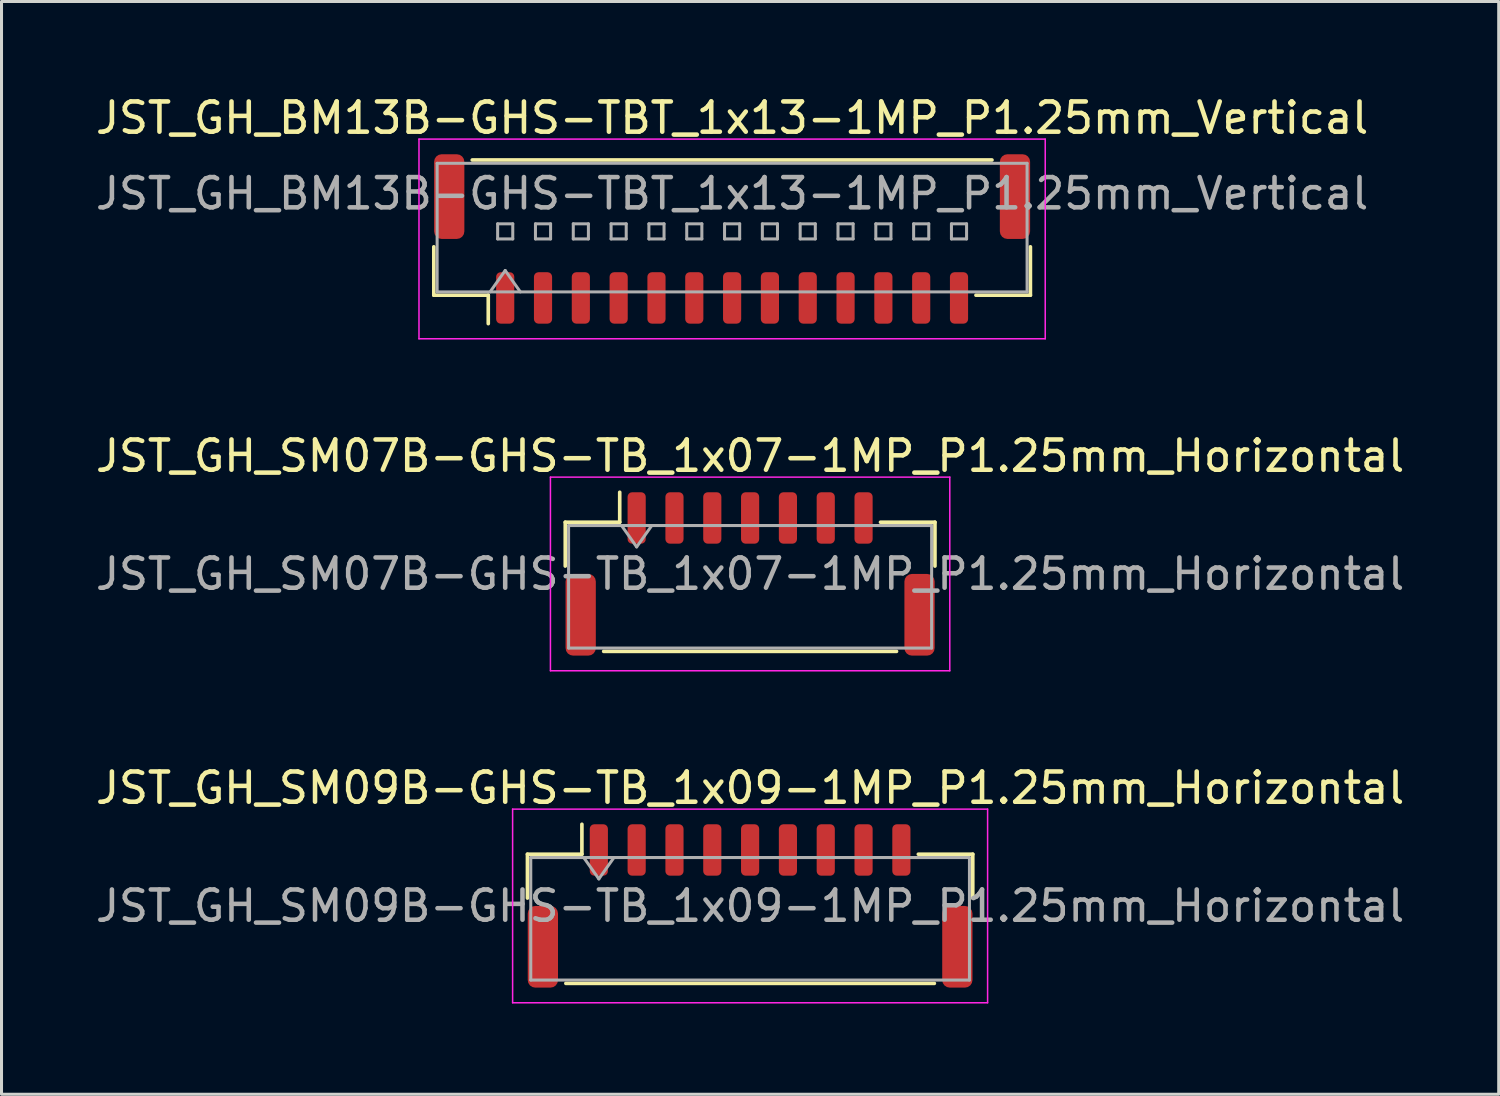
<source format=kicad_pcb>
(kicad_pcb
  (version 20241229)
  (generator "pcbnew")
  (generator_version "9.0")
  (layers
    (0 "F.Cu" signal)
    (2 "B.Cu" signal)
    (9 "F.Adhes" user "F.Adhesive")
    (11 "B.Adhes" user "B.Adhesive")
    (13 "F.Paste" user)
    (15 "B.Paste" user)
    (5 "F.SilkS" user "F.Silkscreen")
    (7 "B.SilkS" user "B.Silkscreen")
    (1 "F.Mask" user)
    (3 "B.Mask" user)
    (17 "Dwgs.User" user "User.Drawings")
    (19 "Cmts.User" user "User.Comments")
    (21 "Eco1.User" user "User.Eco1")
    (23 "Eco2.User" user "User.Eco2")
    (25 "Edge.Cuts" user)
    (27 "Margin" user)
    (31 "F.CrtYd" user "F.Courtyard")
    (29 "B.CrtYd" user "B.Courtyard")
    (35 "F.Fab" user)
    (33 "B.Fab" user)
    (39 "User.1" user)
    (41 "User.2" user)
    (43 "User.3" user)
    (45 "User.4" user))
  (footprint "JST_GH_BM13B-GHS-TBT_1x13-1MP_P1.25mm_Vertical"
    (layer "F.Cu")
    (at 21.149 4.848)
    (property "Reference" "JST_GH_BM13B-GHS-TBT_1x13-1MP_P1.25mm_Vertical" (at 0 -4 0) (layer "F.SilkS") (effects (font (size 1 1) (thickness 0.15))))
    (attr smd)
    (fp_line (start -9.86 0.26) (end -9.86 1.86) (stroke (width 0.12) (type solid)) (layer "F.SilkS"))
    (fp_line (start -9.86 1.86) (end -8.06 1.86) (stroke (width 0.12) (type solid)) (layer "F.SilkS"))
    (fp_line (start -8.59 -2.61) (end 8.59 -2.61) (stroke (width 0.12) (type solid)) (layer "F.SilkS"))
    (fp_line (start -8.06 1.86) (end -8.06 2.8) (stroke (width 0.12) (type solid)) (layer "F.SilkS"))
    (fp_line (start 9.86 0.26) (end 9.86 1.86) (stroke (width 0.12) (type solid)) (layer "F.SilkS"))
    (fp_line (start 9.86 1.86) (end 8.06 1.86) (stroke (width 0.12) (type solid)) (layer "F.SilkS"))
    (fp_line (start -10.35 -3.3) (end -10.35 3.3) (stroke (width 0.05) (type solid)) (layer "F.CrtYd"))
    (fp_line (start -10.35 3.3) (end 10.35 3.3) (stroke (width 0.05) (type solid)) (layer "F.CrtYd"))
    (fp_line (start 10.35 -3.3) (end -10.35 -3.3) (stroke (width 0.05) (type solid)) (layer "F.CrtYd"))
    (fp_line (start 10.35 3.3) (end 10.35 -3.3) (stroke (width 0.05) (type solid)) (layer "F.CrtYd"))
    (fp_line (start -9.75 -2.5) (end 9.75 -2.5) (stroke (width 0.1) (type solid)) (layer "F.Fab"))
    (fp_line (start -9.75 1.75) (end -9.75 -2.5) (stroke (width 0.1) (type solid)) (layer "F.Fab"))
    (fp_line (start -9.75 1.75) (end 9.75 1.75) (stroke (width 0.1) (type solid)) (layer "F.Fab"))
    (fp_line (start -8 1.75) (end -7.5 1.043) (stroke (width 0.1) (type solid)) (layer "F.Fab"))
    (fp_line (start -7.75 -0.5) (end -7.75 0) (stroke (width 0.1) (type solid)) (layer "F.Fab"))
    (fp_line (start -7.75 0) (end -7.25 0) (stroke (width 0.1) (type solid)) (layer "F.Fab"))
    (fp_line (start -7.5 1.043) (end -7 1.75) (stroke (width 0.1) (type solid)) (layer "F.Fab"))
    (fp_line (start -7.25 -0.5) (end -7.75 -0.5) (stroke (width 0.1) (type solid)) (layer "F.Fab"))
    (fp_line (start -7.25 0) (end -7.25 -0.5) (stroke (width 0.1) (type solid)) (layer "F.Fab"))
    (fp_line (start -6.5 -0.5) (end -6.5 0) (stroke (width 0.1) (type solid)) (layer "F.Fab"))
    (fp_line (start -6.5 0) (end -6 0) (stroke (width 0.1) (type solid)) (layer "F.Fab"))
    (fp_line (start -6 -0.5) (end -6.5 -0.5) (stroke (width 0.1) (type solid)) (layer "F.Fab"))
    (fp_line (start -6 0) (end -6 -0.5) (stroke (width 0.1) (type solid)) (layer "F.Fab"))
    (fp_line (start -5.25 -0.5) (end -5.25 0) (stroke (width 0.1) (type solid)) (layer "F.Fab"))
    (fp_line (start -5.25 0) (end -4.75 0) (stroke (width 0.1) (type solid)) (layer "F.Fab"))
    (fp_line (start -4.75 -0.5) (end -5.25 -0.5) (stroke (width 0.1) (type solid)) (layer "F.Fab"))
    (fp_line (start -4.75 0) (end -4.75 -0.5) (stroke (width 0.1) (type solid)) (layer "F.Fab"))
    (fp_line (start -4 -0.5) (end -4 0) (stroke (width 0.1) (type solid)) (layer "F.Fab"))
    (fp_line (start -4 0) (end -3.5 0) (stroke (width 0.1) (type solid)) (layer "F.Fab"))
    (fp_line (start -3.5 -0.5) (end -4 -0.5) (stroke (width 0.1) (type solid)) (layer "F.Fab"))
    (fp_line (start -3.5 0) (end -3.5 -0.5) (stroke (width 0.1) (type solid)) (layer "F.Fab"))
    (fp_line (start -2.75 -0.5) (end -2.75 0) (stroke (width 0.1) (type solid)) (layer "F.Fab"))
    (fp_line (start -2.75 0) (end -2.25 0) (stroke (width 0.1) (type solid)) (layer "F.Fab"))
    (fp_line (start -2.25 -0.5) (end -2.75 -0.5) (stroke (width 0.1) (type solid)) (layer "F.Fab"))
    (fp_line (start -2.25 0) (end -2.25 -0.5) (stroke (width 0.1) (type solid)) (layer "F.Fab"))
    (fp_line (start -1.5 -0.5) (end -1.5 0) (stroke (width 0.1) (type solid)) (layer "F.Fab"))
    (fp_line (start -1.5 0) (end -1 0) (stroke (width 0.1) (type solid)) (layer "F.Fab"))
    (fp_line (start -1 -0.5) (end -1.5 -0.5) (stroke (width 0.1) (type solid)) (layer "F.Fab"))
    (fp_line (start -1 0) (end -1 -0.5) (stroke (width 0.1) (type solid)) (layer "F.Fab"))
    (fp_line (start -0.25 -0.5) (end -0.25 0) (stroke (width 0.1) (type solid)) (layer "F.Fab"))
    (fp_line (start -0.25 0) (end 0.25 0) (stroke (width 0.1) (type solid)) (layer "F.Fab"))
    (fp_line (start 0.25 -0.5) (end -0.25 -0.5) (stroke (width 0.1) (type solid)) (layer "F.Fab"))
    (fp_line (start 0.25 0) (end 0.25 -0.5) (stroke (width 0.1) (type solid)) (layer "F.Fab"))
    (fp_line (start 1 -0.5) (end 1 0) (stroke (width 0.1) (type solid)) (layer "F.Fab"))
    (fp_line (start 1 0) (end 1.5 0) (stroke (width 0.1) (type solid)) (layer "F.Fab"))
    (fp_line (start 1.5 -0.5) (end 1 -0.5) (stroke (width 0.1) (type solid)) (layer "F.Fab"))
    (fp_line (start 1.5 0) (end 1.5 -0.5) (stroke (width 0.1) (type solid)) (layer "F.Fab"))
    (fp_line (start 2.25 -0.5) (end 2.25 0) (stroke (width 0.1) (type solid)) (layer "F.Fab"))
    (fp_line (start 2.25 0) (end 2.75 0) (stroke (width 0.1) (type solid)) (layer "F.Fab"))
    (fp_line (start 2.75 -0.5) (end 2.25 -0.5) (stroke (width 0.1) (type solid)) (layer "F.Fab"))
    (fp_line (start 2.75 0) (end 2.75 -0.5) (stroke (width 0.1) (type solid)) (layer "F.Fab"))
    (fp_line (start 3.5 -0.5) (end 3.5 0) (stroke (width 0.1) (type solid)) (layer "F.Fab"))
    (fp_line (start 3.5 0) (end 4 0) (stroke (width 0.1) (type solid)) (layer "F.Fab"))
    (fp_line (start 4 -0.5) (end 3.5 -0.5) (stroke (width 0.1) (type solid)) (layer "F.Fab"))
    (fp_line (start 4 0) (end 4 -0.5) (stroke (width 0.1) (type solid)) (layer "F.Fab"))
    (fp_line (start 4.75 -0.5) (end 4.75 0) (stroke (width 0.1) (type solid)) (layer "F.Fab"))
    (fp_line (start 4.75 0) (end 5.25 0) (stroke (width 0.1) (type solid)) (layer "F.Fab"))
    (fp_line (start 5.25 -0.5) (end 4.75 -0.5) (stroke (width 0.1) (type solid)) (layer "F.Fab"))
    (fp_line (start 5.25 0) (end 5.25 -0.5) (stroke (width 0.1) (type solid)) (layer "F.Fab"))
    (fp_line (start 6 -0.5) (end 6 0) (stroke (width 0.1) (type solid)) (layer "F.Fab"))
    (fp_line (start 6 0) (end 6.5 0) (stroke (width 0.1) (type solid)) (layer "F.Fab"))
    (fp_line (start 6.5 -0.5) (end 6 -0.5) (stroke (width 0.1) (type solid)) (layer "F.Fab"))
    (fp_line (start 6.5 0) (end 6.5 -0.5) (stroke (width 0.1) (type solid)) (layer "F.Fab"))
    (fp_line (start 7.25 -0.5) (end 7.25 0) (stroke (width 0.1) (type solid)) (layer "F.Fab"))
    (fp_line (start 7.25 0) (end 7.75 0) (stroke (width 0.1) (type solid)) (layer "F.Fab"))
    (fp_line (start 7.75 -0.5) (end 7.25 -0.5) (stroke (width 0.1) (type solid)) (layer "F.Fab"))
    (fp_line (start 7.75 0) (end 7.75 -0.5) (stroke (width 0.1) (type solid)) (layer "F.Fab"))
    (fp_line (start 9.75 1.75) (end 9.75 -2.5) (stroke (width 0.1) (type solid)) (layer "F.Fab"))
    (fp_text user "${REFERENCE}" (at 0 -1.5 0) (layer "F.Fab") (effects (font (size 1 1) (thickness 0.15))))
    (pad "1" smd roundrect (at -7.5 1.95) (size 0.6 1.7) (layers "F.Cu" "F.Mask" "F.Paste") (roundrect_rratio 0.25))
    (pad "2" smd roundrect (at -6.25 1.95) (size 0.6 1.7) (layers "F.Cu" "F.Mask" "F.Paste") (roundrect_rratio 0.25))
    (pad "3" smd roundrect (at -5 1.95) (size 0.6 1.7) (layers "F.Cu" "F.Mask" "F.Paste") (roundrect_rratio 0.25))
    (pad "4" smd roundrect (at -3.75 1.95) (size 0.6 1.7) (layers "F.Cu" "F.Mask" "F.Paste") (roundrect_rratio 0.25))
    (pad "5" smd roundrect (at -2.5 1.95) (size 0.6 1.7) (layers "F.Cu" "F.Mask" "F.Paste") (roundrect_rratio 0.25))
    (pad "6" smd roundrect (at -1.25 1.95) (size 0.6 1.7) (layers "F.Cu" "F.Mask" "F.Paste") (roundrect_rratio 0.25))
    (pad "7" smd roundrect (at 0 1.95) (size 0.6 1.7) (layers "F.Cu" "F.Mask" "F.Paste") (roundrect_rratio 0.25))
    (pad "8" smd roundrect (at 1.25 1.95) (size 0.6 1.7) (layers "F.Cu" "F.Mask" "F.Paste") (roundrect_rratio 0.25))
    (pad "9" smd roundrect (at 2.5 1.95) (size 0.6 1.7) (layers "F.Cu" "F.Mask" "F.Paste") (roundrect_rratio 0.25))
    (pad "10" smd roundrect (at 3.75 1.95) (size 0.6 1.7) (layers "F.Cu" "F.Mask" "F.Paste") (roundrect_rratio 0.25))
    (pad "11" smd roundrect (at 5 1.95) (size 0.6 1.7) (layers "F.Cu" "F.Mask" "F.Paste") (roundrect_rratio 0.25))
    (pad "12" smd roundrect (at 6.25 1.95) (size 0.6 1.7) (layers "F.Cu" "F.Mask" "F.Paste") (roundrect_rratio 0.25))
    (pad "13" smd roundrect (at 7.5 1.95) (size 0.6 1.7) (layers "F.Cu" "F.Mask" "F.Paste") (roundrect_rratio 0.25))
    (pad "MP" smd roundrect (at -9.35 -1.4) (size 1 2.8) (layers "F.Cu" "F.Mask" "F.Paste") (roundrect_rratio 0.25))
    (pad "MP" smd roundrect (at 9.35 -1.4) (size 1 2.8) (layers "F.Cu" "F.Mask" "F.Paste") (roundrect_rratio 0.25)))
  (footprint "JST_GH_SM07B-GHS-TB_1x07-1MP_P1.25mm_Horizontal"
    (layer "F.Cu")
    (at 21.744 15.921)
    (property "Reference" "JST_GH_SM07B-GHS-TB_1x07-1MP_P1.25mm_Horizontal" (at 0 -3.9 0) (layer "F.SilkS") (effects (font (size 1 1) (thickness 0.15))))
    (attr smd)
    (fp_line (start -6.11 -1.71) (end -4.31 -1.71) (stroke (width 0.12) (type solid)) (layer "F.SilkS"))
    (fp_line (start -6.11 -0.26) (end -6.11 -1.71) (stroke (width 0.12) (type solid)) (layer "F.SilkS"))
    (fp_line (start -4.84 2.56) (end 4.84 2.56) (stroke (width 0.12) (type solid)) (layer "F.SilkS"))
    (fp_line (start -4.31 -1.71) (end -4.31 -2.7) (stroke (width 0.12) (type solid)) (layer "F.SilkS"))
    (fp_line (start 6.11 -1.71) (end 4.31 -1.71) (stroke (width 0.12) (type solid)) (layer "F.SilkS"))
    (fp_line (start 6.11 -0.26) (end 6.11 -1.71) (stroke (width 0.12) (type solid)) (layer "F.SilkS"))
    (fp_line (start -6.6 -3.2) (end -6.6 3.2) (stroke (width 0.05) (type solid)) (layer "F.CrtYd"))
    (fp_line (start -6.6 3.2) (end 6.6 3.2) (stroke (width 0.05) (type solid)) (layer "F.CrtYd"))
    (fp_line (start 6.6 -3.2) (end -6.6 -3.2) (stroke (width 0.05) (type solid)) (layer "F.CrtYd"))
    (fp_line (start 6.6 3.2) (end 6.6 -3.2) (stroke (width 0.05) (type solid)) (layer "F.CrtYd"))
    (fp_line (start -6 -1.6) (end -6 2.45) (stroke (width 0.1) (type solid)) (layer "F.Fab"))
    (fp_line (start -6 -1.6) (end 6 -1.6) (stroke (width 0.1) (type solid)) (layer "F.Fab"))
    (fp_line (start -6 2.45) (end 6 2.45) (stroke (width 0.1) (type solid)) (layer "F.Fab"))
    (fp_line (start -4.25 -1.6) (end -3.75 -0.893) (stroke (width 0.1) (type solid)) (layer "F.Fab"))
    (fp_line (start -3.75 -0.893) (end -3.25 -1.6) (stroke (width 0.1) (type solid)) (layer "F.Fab"))
    (fp_line (start 6 -1.6) (end 6 2.45) (stroke (width 0.1) (type solid)) (layer "F.Fab"))
    (fp_text user "${REFERENCE}" (at 0 0 0) (layer "F.Fab") (effects (font (size 1 1) (thickness 0.15))))
    (pad "1" smd roundrect (at -3.75 -1.85) (size 0.6 1.7) (layers "F.Cu" "F.Mask" "F.Paste") (roundrect_rratio 0.25))
    (pad "2" smd roundrect (at -2.5 -1.85) (size 0.6 1.7) (layers "F.Cu" "F.Mask" "F.Paste") (roundrect_rratio 0.25))
    (pad "3" smd roundrect (at -1.25 -1.85) (size 0.6 1.7) (layers "F.Cu" "F.Mask" "F.Paste") (roundrect_rratio 0.25))
    (pad "4" smd roundrect (at 0 -1.85) (size 0.6 1.7) (layers "F.Cu" "F.Mask" "F.Paste") (roundrect_rratio 0.25))
    (pad "5" smd roundrect (at 1.25 -1.85) (size 0.6 1.7) (layers "F.Cu" "F.Mask" "F.Paste") (roundrect_rratio 0.25))
    (pad "6" smd roundrect (at 2.5 -1.85) (size 0.6 1.7) (layers "F.Cu" "F.Mask" "F.Paste") (roundrect_rratio 0.25))
    (pad "7" smd roundrect (at 3.75 -1.85) (size 0.6 1.7) (layers "F.Cu" "F.Mask" "F.Paste") (roundrect_rratio 0.25))
    (pad "MP" smd roundrect (at -5.6 1.35) (size 1 2.7) (layers "F.Cu" "F.Mask" "F.Paste") (roundrect_rratio 0.25))
    (pad "MP" smd roundrect (at 5.6 1.35) (size 1 2.7) (layers "F.Cu" "F.Mask" "F.Paste") (roundrect_rratio 0.25)))
  (footprint "JST_GH_SM09B-GHS-TB_1x09-1MP_P1.25mm_Horizontal"
    (layer "F.Cu")
    (at 21.744 26.895)
    (property "Reference" "JST_GH_SM09B-GHS-TB_1x09-1MP_P1.25mm_Horizontal" (at 0 -3.9 0) (layer "F.SilkS") (effects (font (size 1 1) (thickness 0.15))))
    (attr smd)
    (fp_line (start -7.36 -1.71) (end -5.56 -1.71) (stroke (width 0.12) (type solid)) (layer "F.SilkS"))
    (fp_line (start -7.36 -0.26) (end -7.36 -1.71) (stroke (width 0.12) (type solid)) (layer "F.SilkS"))
    (fp_line (start -6.09 2.56) (end 6.09 2.56) (stroke (width 0.12) (type solid)) (layer "F.SilkS"))
    (fp_line (start -5.56 -1.71) (end -5.56 -2.7) (stroke (width 0.12) (type solid)) (layer "F.SilkS"))
    (fp_line (start 7.36 -1.71) (end 5.56 -1.71) (stroke (width 0.12) (type solid)) (layer "F.SilkS"))
    (fp_line (start 7.36 -0.26) (end 7.36 -1.71) (stroke (width 0.12) (type solid)) (layer "F.SilkS"))
    (fp_line (start -7.85 -3.2) (end -7.85 3.2) (stroke (width 0.05) (type solid)) (layer "F.CrtYd"))
    (fp_line (start -7.85 3.2) (end 7.85 3.2) (stroke (width 0.05) (type solid)) (layer "F.CrtYd"))
    (fp_line (start 7.85 -3.2) (end -7.85 -3.2) (stroke (width 0.05) (type solid)) (layer "F.CrtYd"))
    (fp_line (start 7.85 3.2) (end 7.85 -3.2) (stroke (width 0.05) (type solid)) (layer "F.CrtYd"))
    (fp_line (start -7.25 -1.6) (end -7.25 2.45) (stroke (width 0.1) (type solid)) (layer "F.Fab"))
    (fp_line (start -7.25 -1.6) (end 7.25 -1.6) (stroke (width 0.1) (type solid)) (layer "F.Fab"))
    (fp_line (start -7.25 2.45) (end 7.25 2.45) (stroke (width 0.1) (type solid)) (layer "F.Fab"))
    (fp_line (start -5.5 -1.6) (end -5 -0.893) (stroke (width 0.1) (type solid)) (layer "F.Fab"))
    (fp_line (start -5 -0.893) (end -4.5 -1.6) (stroke (width 0.1) (type solid)) (layer "F.Fab"))
    (fp_line (start 7.25 -1.6) (end 7.25 2.45) (stroke (width 0.1) (type solid)) (layer "F.Fab"))
    (fp_text user "${REFERENCE}" (at 0 0 0) (layer "F.Fab") (effects (font (size 1 1) (thickness 0.15))))
    (pad "1" smd roundrect (at -5 -1.85) (size 0.6 1.7) (layers "F.Cu" "F.Mask" "F.Paste") (roundrect_rratio 0.25))
    (pad "2" smd roundrect (at -3.75 -1.85) (size 0.6 1.7) (layers "F.Cu" "F.Mask" "F.Paste") (roundrect_rratio 0.25))
    (pad "3" smd roundrect (at -2.5 -1.85) (size 0.6 1.7) (layers "F.Cu" "F.Mask" "F.Paste") (roundrect_rratio 0.25))
    (pad "4" smd roundrect (at -1.25 -1.85) (size 0.6 1.7) (layers "F.Cu" "F.Mask" "F.Paste") (roundrect_rratio 0.25))
    (pad "5" smd roundrect (at 0 -1.85) (size 0.6 1.7) (layers "F.Cu" "F.Mask" "F.Paste") (roundrect_rratio 0.25))
    (pad "6" smd roundrect (at 1.25 -1.85) (size 0.6 1.7) (layers "F.Cu" "F.Mask" "F.Paste") (roundrect_rratio 0.25))
    (pad "7" smd roundrect (at 2.5 -1.85) (size 0.6 1.7) (layers "F.Cu" "F.Mask" "F.Paste") (roundrect_rratio 0.25))
    (pad "8" smd roundrect (at 3.75 -1.85) (size 0.6 1.7) (layers "F.Cu" "F.Mask" "F.Paste") (roundrect_rratio 0.25))
    (pad "9" smd roundrect (at 5 -1.85) (size 0.6 1.7) (layers "F.Cu" "F.Mask" "F.Paste") (roundrect_rratio 0.25))
    (pad "MP" smd roundrect (at -6.85 1.35) (size 1 2.7) (layers "F.Cu" "F.Mask" "F.Paste") (roundrect_rratio 0.25))
    (pad "MP" smd roundrect (at 6.85 1.35) (size 1 2.7) (layers "F.Cu" "F.Mask" "F.Paste") (roundrect_rratio 0.25)))
  (gr_rect
    (start -3 -3)
    (end 46.488 33.12)
    (stroke (width 0.1) (type default))
    (fill no)
    (layer "Edge.Cuts")))
</source>
